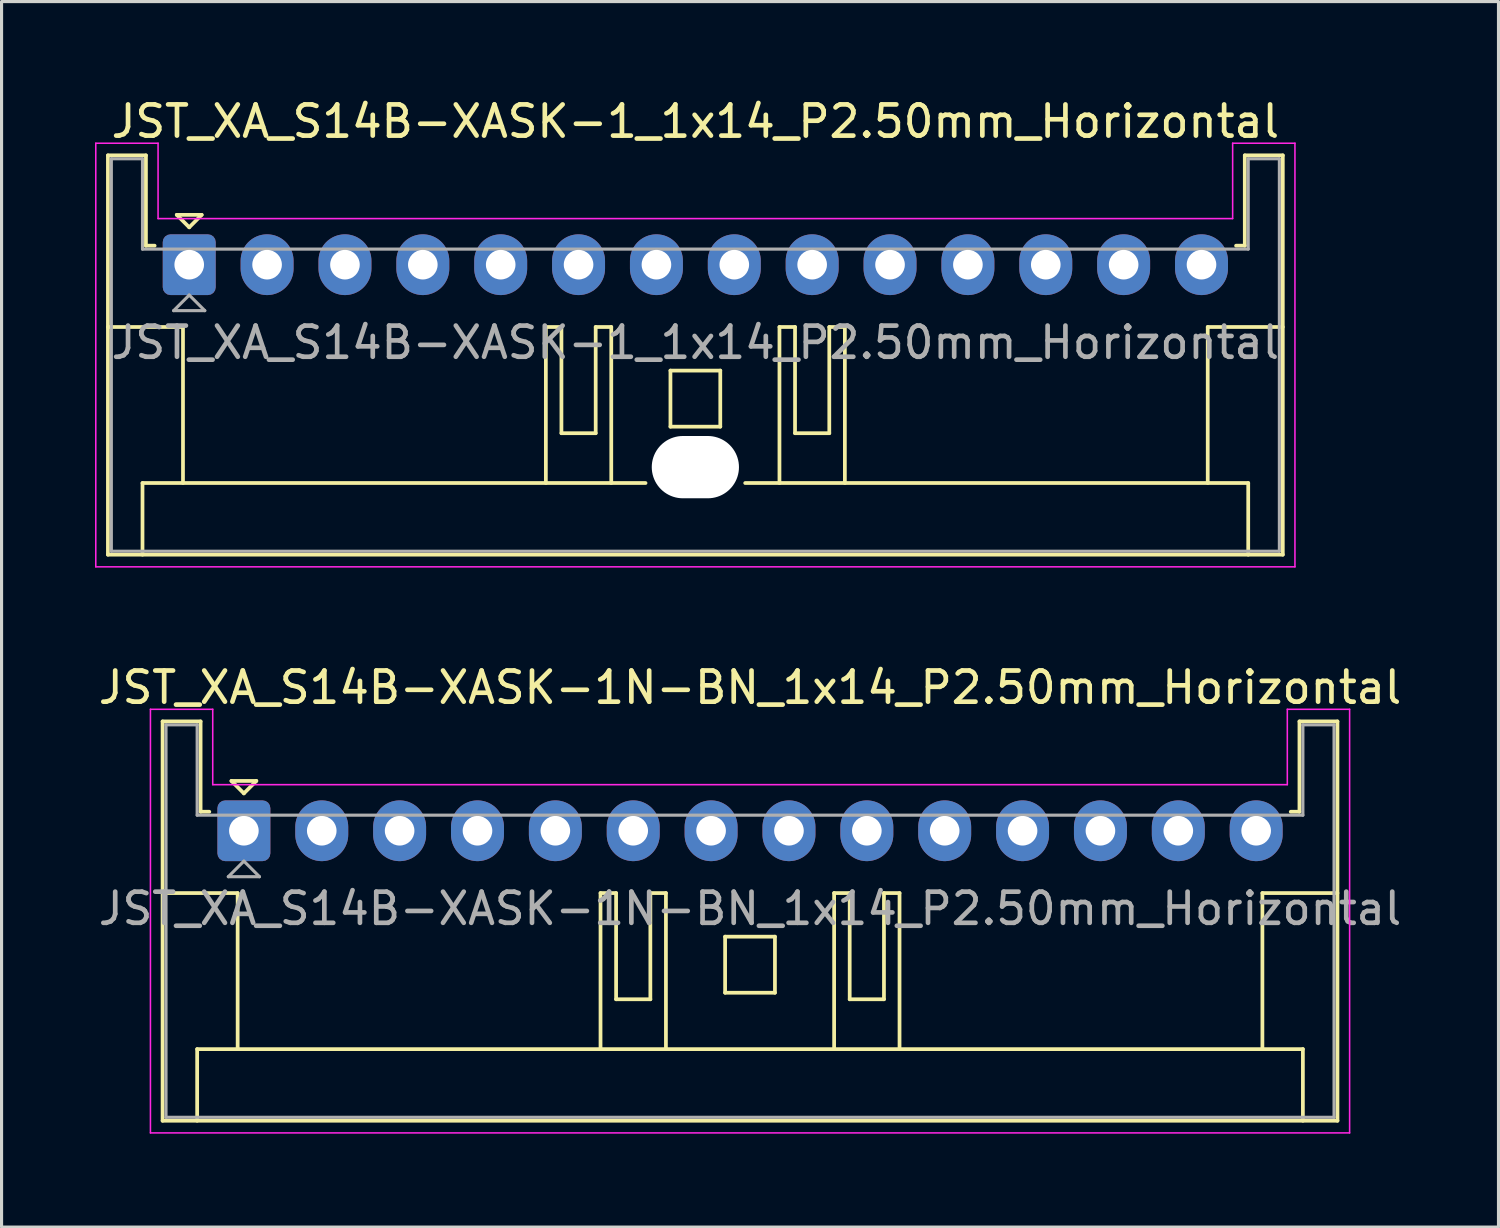
<source format=kicad_pcb>
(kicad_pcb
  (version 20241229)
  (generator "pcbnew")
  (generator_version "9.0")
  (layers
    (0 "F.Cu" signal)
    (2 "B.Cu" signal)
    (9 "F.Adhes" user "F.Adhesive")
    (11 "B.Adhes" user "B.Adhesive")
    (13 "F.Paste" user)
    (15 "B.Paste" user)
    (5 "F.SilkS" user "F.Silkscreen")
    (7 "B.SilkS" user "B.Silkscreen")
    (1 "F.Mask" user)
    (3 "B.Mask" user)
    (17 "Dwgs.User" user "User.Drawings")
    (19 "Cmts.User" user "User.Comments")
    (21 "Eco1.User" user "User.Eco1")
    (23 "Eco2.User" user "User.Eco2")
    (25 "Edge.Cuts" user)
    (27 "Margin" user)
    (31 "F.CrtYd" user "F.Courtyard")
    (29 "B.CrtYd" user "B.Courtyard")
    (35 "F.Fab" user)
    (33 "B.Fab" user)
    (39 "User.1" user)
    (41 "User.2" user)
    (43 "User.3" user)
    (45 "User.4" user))
  (footprint "JST_XA_S14B-XASK-1_1x14_P2.50mm_Horizontal"
    (layer "F.Cu")
    (at 3.025 5.448)
    (property "Reference" "JST_XA_S14B-XASK-1_1x14_P2.50mm_Horizontal" (at 16.25 -4.6 0) (layer "F.SilkS") (effects (font (size 1 1) (thickness 0.15))))
    (attr through_hole)
    (fp_line (start -2.61 -3.51) (end -2.61 9.31) (stroke (width 0.12) (type solid)) (layer "F.SilkS"))
    (fp_line (start -2.61 9.31) (end 35.11 9.31) (stroke (width 0.12) (type solid)) (layer "F.SilkS"))
    (fp_line (start -1.5 7.01) (end 14.65 7.01) (stroke (width 0.12) (type solid)) (layer "F.SilkS"))
    (fp_line (start -1.5 9.31) (end -1.5 7.01) (stroke (width 0.12) (type solid)) (layer "F.SilkS"))
    (fp_line (start -1.39 -3.51) (end -2.61 -3.51) (stroke (width 0.12) (type solid)) (layer "F.SilkS"))
    (fp_line (start -1.39 -0.61) (end -1.39 -3.51) (stroke (width 0.12) (type solid)) (layer "F.SilkS"))
    (fp_line (start -1.11 -0.61) (end -1.39 -0.61) (stroke (width 0.12) (type solid)) (layer "F.SilkS"))
    (fp_line (start -0.4 -1.6) (end 0.4 -1.6) (stroke (width 0.12) (type solid)) (layer "F.SilkS"))
    (fp_line (start -0.2 2) (end -2.61 2) (stroke (width 0.12) (type solid)) (layer "F.SilkS"))
    (fp_line (start -0.2 7.01) (end -0.2 2) (stroke (width 0.12) (type solid)) (layer "F.SilkS"))
    (fp_line (start 0 -1.2) (end -0.4 -1.6) (stroke (width 0.12) (type solid)) (layer "F.SilkS"))
    (fp_line (start 0.4 -1.6) (end 0 -1.2) (stroke (width 0.12) (type solid)) (layer "F.SilkS"))
    (fp_line (start 11.45 2) (end 11.45 7.01) (stroke (width 0.12) (type solid)) (layer "F.SilkS"))
    (fp_line (start 11.95 2) (end 11.45 2) (stroke (width 0.12) (type solid)) (layer "F.SilkS"))
    (fp_line (start 11.95 5.41) (end 11.95 2) (stroke (width 0.12) (type solid)) (layer "F.SilkS"))
    (fp_line (start 13.05 2) (end 13.05 5.41) (stroke (width 0.12) (type solid)) (layer "F.SilkS"))
    (fp_line (start 13.05 5.41) (end 11.95 5.41) (stroke (width 0.12) (type solid)) (layer "F.SilkS"))
    (fp_line (start 13.55 2) (end 13.05 2) (stroke (width 0.12) (type solid)) (layer "F.SilkS"))
    (fp_line (start 13.55 7.01) (end 13.55 2) (stroke (width 0.12) (type solid)) (layer "F.SilkS"))
    (fp_line (start 15.45 3.4) (end 17.05 3.4) (stroke (width 0.12) (type solid)) (layer "F.SilkS"))
    (fp_line (start 15.45 5.2) (end 15.45 3.4) (stroke (width 0.12) (type solid)) (layer "F.SilkS"))
    (fp_line (start 17.05 3.4) (end 17.05 5.2) (stroke (width 0.12) (type solid)) (layer "F.SilkS"))
    (fp_line (start 17.05 5.2) (end 15.45 5.2) (stroke (width 0.12) (type solid)) (layer "F.SilkS"))
    (fp_line (start 17.85 7.01) (end 34 7.01) (stroke (width 0.12) (type solid)) (layer "F.SilkS"))
    (fp_line (start 18.95 2) (end 19.45 2) (stroke (width 0.12) (type solid)) (layer "F.SilkS"))
    (fp_line (start 18.95 7.01) (end 18.95 2) (stroke (width 0.12) (type solid)) (layer "F.SilkS"))
    (fp_line (start 19.45 2) (end 19.45 5.41) (stroke (width 0.12) (type solid)) (layer "F.SilkS"))
    (fp_line (start 19.45 5.41) (end 20.55 5.41) (stroke (width 0.12) (type solid)) (layer "F.SilkS"))
    (fp_line (start 20.55 2) (end 21.05 2) (stroke (width 0.12) (type solid)) (layer "F.SilkS"))
    (fp_line (start 20.55 5.41) (end 20.55 2) (stroke (width 0.12) (type solid)) (layer "F.SilkS"))
    (fp_line (start 21.05 2) (end 21.05 7.01) (stroke (width 0.12) (type solid)) (layer "F.SilkS"))
    (fp_line (start 32.7 2) (end 35.11 2) (stroke (width 0.12) (type solid)) (layer "F.SilkS"))
    (fp_line (start 32.7 7.01) (end 32.7 2) (stroke (width 0.12) (type solid)) (layer "F.SilkS"))
    (fp_line (start 33.89 -3.51) (end 33.89 -0.61) (stroke (width 0.12) (type solid)) (layer "F.SilkS"))
    (fp_line (start 33.89 -0.61) (end 33.61 -0.61) (stroke (width 0.12) (type solid)) (layer "F.SilkS"))
    (fp_line (start 34 7.01) (end 34 9.31) (stroke (width 0.12) (type solid)) (layer "F.SilkS"))
    (fp_line (start 35.11 -3.51) (end 33.89 -3.51) (stroke (width 0.12) (type solid)) (layer "F.SilkS"))
    (fp_line (start 35.11 9.31) (end 35.11 -3.51) (stroke (width 0.12) (type solid)) (layer "F.SilkS"))
    (fp_line (start -3 -3.9) (end -3 9.7) (stroke (width 0.05) (type solid)) (layer "F.CrtYd"))
    (fp_line (start -3 9.7) (end 35.5 9.7) (stroke (width 0.05) (type solid)) (layer "F.CrtYd"))
    (fp_line (start -1 -3.9) (end -3 -3.9) (stroke (width 0.05) (type solid)) (layer "F.CrtYd"))
    (fp_line (start -1 -1.48) (end -1 -3.9) (stroke (width 0.05) (type solid)) (layer "F.CrtYd"))
    (fp_line (start 33.5 -3.9) (end 33.5 -1.48) (stroke (width 0.05) (type solid)) (layer "F.CrtYd"))
    (fp_line (start 33.5 -1.48) (end -1 -1.48) (stroke (width 0.05) (type solid)) (layer "F.CrtYd"))
    (fp_line (start 35.5 -3.9) (end 33.5 -3.9) (stroke (width 0.05) (type solid)) (layer "F.CrtYd"))
    (fp_line (start 35.5 9.7) (end 35.5 -3.9) (stroke (width 0.05) (type solid)) (layer "F.CrtYd"))
    (fp_line (start -2.5 -3.4) (end -2.5 9.2) (stroke (width 0.1) (type solid)) (layer "F.Fab"))
    (fp_line (start -2.5 9.2) (end 35 9.2) (stroke (width 0.1) (type solid)) (layer "F.Fab"))
    (fp_line (start -1.5 -3.4) (end -2.5 -3.4) (stroke (width 0.1) (type solid)) (layer "F.Fab"))
    (fp_line (start -1.5 -0.5) (end -1.5 -3.4) (stroke (width 0.1) (type solid)) (layer "F.Fab"))
    (fp_line (start -0.5 1.475) (end 0.5 1.475) (stroke (width 0.1) (type solid)) (layer "F.Fab"))
    (fp_line (start 0 0.975) (end -0.5 1.475) (stroke (width 0.1) (type solid)) (layer "F.Fab"))
    (fp_line (start 0.5 1.475) (end 0 0.975) (stroke (width 0.1) (type solid)) (layer "F.Fab"))
    (fp_line (start 34 -3.4) (end 34 -0.5) (stroke (width 0.1) (type solid)) (layer "F.Fab"))
    (fp_line (start 34 -0.5) (end -1.5 -0.5) (stroke (width 0.1) (type solid)) (layer "F.Fab"))
    (fp_line (start 35 -3.4) (end 34 -3.4) (stroke (width 0.1) (type solid)) (layer "F.Fab"))
    (fp_line (start 35 9.2) (end 35 -3.4) (stroke (width 0.1) (type solid)) (layer "F.Fab"))
    (fp_text user "${REFERENCE}" (at 16.25 2.5 0) (layer "F.Fab") (effects (font (size 1 1) (thickness 0.15))))
    (pad "" np_thru_hole oval (at 16.25 6.5) (size 2.8 2) (drill oval 2.8 2) (layers "*.Cu" "*.Mask"))
    (pad "1" thru_hole roundrect (at 0 0) (size 1.7 1.95) (drill 0.95) (layers "*.Cu" "*.Mask") (roundrect_rratio 0.147))
    (pad "2" thru_hole oval (at 2.5 0) (size 1.7 1.95) (drill 0.95) (layers "*.Cu" "*.Mask"))
    (pad "3" thru_hole oval (at 5 0) (size 1.7 1.95) (drill 0.95) (layers "*.Cu" "*.Mask"))
    (pad "4" thru_hole oval (at 7.5 0) (size 1.7 1.95) (drill 0.95) (layers "*.Cu" "*.Mask"))
    (pad "5" thru_hole oval (at 10 0) (size 1.7 1.95) (drill 0.95) (layers "*.Cu" "*.Mask"))
    (pad "6" thru_hole oval (at 12.5 0) (size 1.7 1.95) (drill 0.95) (layers "*.Cu" "*.Mask"))
    (pad "7" thru_hole oval (at 15 0) (size 1.7 1.95) (drill 0.95) (layers "*.Cu" "*.Mask"))
    (pad "8" thru_hole oval (at 17.5 0) (size 1.7 1.95) (drill 0.95) (layers "*.Cu" "*.Mask"))
    (pad "9" thru_hole oval (at 20 0) (size 1.7 1.95) (drill 0.95) (layers "*.Cu" "*.Mask"))
    (pad "10" thru_hole oval (at 22.5 0) (size 1.7 1.95) (drill 0.95) (layers "*.Cu" "*.Mask"))
    (pad "11" thru_hole oval (at 25 0) (size 1.7 1.95) (drill 0.95) (layers "*.Cu" "*.Mask"))
    (pad "12" thru_hole oval (at 27.5 0) (size 1.7 1.95) (drill 0.95) (layers "*.Cu" "*.Mask"))
    (pad "13" thru_hole oval (at 30 0) (size 1.7 1.95) (drill 0.95) (layers "*.Cu" "*.Mask"))
    (pad "14" thru_hole oval (at 32.5 0) (size 1.7 1.95) (drill 0.95) (layers "*.Cu" "*.Mask")))
  (footprint "JST_XA_S14B-XASK-1N-BN_1x14_P2.50mm_Horizontal"
    (layer "F.Cu")
    (at 4.78 23.622)
    (property "Reference" "JST_XA_S14B-XASK-1N-BN_1x14_P2.50mm_Horizontal" (at 16.25 -4.6 0) (layer "F.SilkS") (effects (font (size 1 1) (thickness 0.15))))
    (attr through_hole)
    (fp_line (start -2.61 -3.51) (end -2.61 9.31) (stroke (width 0.12) (type solid)) (layer "F.SilkS"))
    (fp_line (start -2.61 9.31) (end 35.11 9.31) (stroke (width 0.12) (type solid)) (layer "F.SilkS"))
    (fp_line (start -1.5 7.01) (end 34 7.01) (stroke (width 0.12) (type solid)) (layer "F.SilkS"))
    (fp_line (start -1.5 9.31) (end -1.5 7.01) (stroke (width 0.12) (type solid)) (layer "F.SilkS"))
    (fp_line (start -1.39 -3.51) (end -2.61 -3.51) (stroke (width 0.12) (type solid)) (layer "F.SilkS"))
    (fp_line (start -1.39 -0.61) (end -1.39 -3.51) (stroke (width 0.12) (type solid)) (layer "F.SilkS"))
    (fp_line (start -1.11 -0.61) (end -1.39 -0.61) (stroke (width 0.12) (type solid)) (layer "F.SilkS"))
    (fp_line (start -0.4 -1.6) (end 0.4 -1.6) (stroke (width 0.12) (type solid)) (layer "F.SilkS"))
    (fp_line (start -0.2 2) (end -2.61 2) (stroke (width 0.12) (type solid)) (layer "F.SilkS"))
    (fp_line (start -0.2 7.01) (end -0.2 2) (stroke (width 0.12) (type solid)) (layer "F.SilkS"))
    (fp_line (start 0 -1.2) (end -0.4 -1.6) (stroke (width 0.12) (type solid)) (layer "F.SilkS"))
    (fp_line (start 0.4 -1.6) (end 0 -1.2) (stroke (width 0.12) (type solid)) (layer "F.SilkS"))
    (fp_line (start 11.45 2) (end 11.45 7.01) (stroke (width 0.12) (type solid)) (layer "F.SilkS"))
    (fp_line (start 11.95 2) (end 11.45 2) (stroke (width 0.12) (type solid)) (layer "F.SilkS"))
    (fp_line (start 11.95 5.41) (end 11.95 2) (stroke (width 0.12) (type solid)) (layer "F.SilkS"))
    (fp_line (start 13.05 2) (end 13.05 5.41) (stroke (width 0.12) (type solid)) (layer "F.SilkS"))
    (fp_line (start 13.05 5.41) (end 11.95 5.41) (stroke (width 0.12) (type solid)) (layer "F.SilkS"))
    (fp_line (start 13.55 2) (end 13.05 2) (stroke (width 0.12) (type solid)) (layer "F.SilkS"))
    (fp_line (start 13.55 7.01) (end 13.55 2) (stroke (width 0.12) (type solid)) (layer "F.SilkS"))
    (fp_line (start 15.45 3.4) (end 17.05 3.4) (stroke (width 0.12) (type solid)) (layer "F.SilkS"))
    (fp_line (start 15.45 5.2) (end 15.45 3.4) (stroke (width 0.12) (type solid)) (layer "F.SilkS"))
    (fp_line (start 17.05 3.4) (end 17.05 5.2) (stroke (width 0.12) (type solid)) (layer "F.SilkS"))
    (fp_line (start 17.05 5.2) (end 15.45 5.2) (stroke (width 0.12) (type solid)) (layer "F.SilkS"))
    (fp_line (start 18.95 2) (end 19.45 2) (stroke (width 0.12) (type solid)) (layer "F.SilkS"))
    (fp_line (start 18.95 7.01) (end 18.95 2) (stroke (width 0.12) (type solid)) (layer "F.SilkS"))
    (fp_line (start 19.45 2) (end 19.45 5.41) (stroke (width 0.12) (type solid)) (layer "F.SilkS"))
    (fp_line (start 19.45 5.41) (end 20.55 5.41) (stroke (width 0.12) (type solid)) (layer "F.SilkS"))
    (fp_line (start 20.55 2) (end 21.05 2) (stroke (width 0.12) (type solid)) (layer "F.SilkS"))
    (fp_line (start 20.55 5.41) (end 20.55 2) (stroke (width 0.12) (type solid)) (layer "F.SilkS"))
    (fp_line (start 21.05 2) (end 21.05 7.01) (stroke (width 0.12) (type solid)) (layer "F.SilkS"))
    (fp_line (start 32.7 2) (end 35.11 2) (stroke (width 0.12) (type solid)) (layer "F.SilkS"))
    (fp_line (start 32.7 7.01) (end 32.7 2) (stroke (width 0.12) (type solid)) (layer "F.SilkS"))
    (fp_line (start 33.89 -3.51) (end 33.89 -0.61) (stroke (width 0.12) (type solid)) (layer "F.SilkS"))
    (fp_line (start 33.89 -0.61) (end 33.61 -0.61) (stroke (width 0.12) (type solid)) (layer "F.SilkS"))
    (fp_line (start 34 7.01) (end 34 9.31) (stroke (width 0.12) (type solid)) (layer "F.SilkS"))
    (fp_line (start 35.11 -3.51) (end 33.89 -3.51) (stroke (width 0.12) (type solid)) (layer "F.SilkS"))
    (fp_line (start 35.11 9.31) (end 35.11 -3.51) (stroke (width 0.12) (type solid)) (layer "F.SilkS"))
    (fp_line (start -3 -3.9) (end -3 9.7) (stroke (width 0.05) (type solid)) (layer "F.CrtYd"))
    (fp_line (start -3 9.7) (end 35.5 9.7) (stroke (width 0.05) (type solid)) (layer "F.CrtYd"))
    (fp_line (start -1 -3.9) (end -3 -3.9) (stroke (width 0.05) (type solid)) (layer "F.CrtYd"))
    (fp_line (start -1 -1.48) (end -1 -3.9) (stroke (width 0.05) (type solid)) (layer "F.CrtYd"))
    (fp_line (start 33.5 -3.9) (end 33.5 -1.48) (stroke (width 0.05) (type solid)) (layer "F.CrtYd"))
    (fp_line (start 33.5 -1.48) (end -1 -1.48) (stroke (width 0.05) (type solid)) (layer "F.CrtYd"))
    (fp_line (start 35.5 -3.9) (end 33.5 -3.9) (stroke (width 0.05) (type solid)) (layer "F.CrtYd"))
    (fp_line (start 35.5 9.7) (end 35.5 -3.9) (stroke (width 0.05) (type solid)) (layer "F.CrtYd"))
    (fp_line (start -2.5 -3.4) (end -2.5 9.2) (stroke (width 0.1) (type solid)) (layer "F.Fab"))
    (fp_line (start -2.5 9.2) (end 35 9.2) (stroke (width 0.1) (type solid)) (layer "F.Fab"))
    (fp_line (start -1.5 -3.4) (end -2.5 -3.4) (stroke (width 0.1) (type solid)) (layer "F.Fab"))
    (fp_line (start -1.5 -0.5) (end -1.5 -3.4) (stroke (width 0.1) (type solid)) (layer "F.Fab"))
    (fp_line (start -0.5 1.475) (end 0.5 1.475) (stroke (width 0.1) (type solid)) (layer "F.Fab"))
    (fp_line (start 0 0.975) (end -0.5 1.475) (stroke (width 0.1) (type solid)) (layer "F.Fab"))
    (fp_line (start 0.5 1.475) (end 0 0.975) (stroke (width 0.1) (type solid)) (layer "F.Fab"))
    (fp_line (start 34 -3.4) (end 34 -0.5) (stroke (width 0.1) (type solid)) (layer "F.Fab"))
    (fp_line (start 34 -0.5) (end -1.5 -0.5) (stroke (width 0.1) (type solid)) (layer "F.Fab"))
    (fp_line (start 35 -3.4) (end 34 -3.4) (stroke (width 0.1) (type solid)) (layer "F.Fab"))
    (fp_line (start 35 9.2) (end 35 -3.4) (stroke (width 0.1) (type solid)) (layer "F.Fab"))
    (fp_text user "${REFERENCE}" (at 16.25 2.5 0) (layer "F.Fab") (effects (font (size 1 1) (thickness 0.15))))
    (pad "1" thru_hole roundrect (at 0 0) (size 1.7 1.95) (drill 0.95) (layers "*.Cu" "*.Mask") (roundrect_rratio 0.147))
    (pad "2" thru_hole oval (at 2.5 0) (size 1.7 1.95) (drill 0.95) (layers "*.Cu" "*.Mask"))
    (pad "3" thru_hole oval (at 5 0) (size 1.7 1.95) (drill 0.95) (layers "*.Cu" "*.Mask"))
    (pad "4" thru_hole oval (at 7.5 0) (size 1.7 1.95) (drill 0.95) (layers "*.Cu" "*.Mask"))
    (pad "5" thru_hole oval (at 10 0) (size 1.7 1.95) (drill 0.95) (layers "*.Cu" "*.Mask"))
    (pad "6" thru_hole oval (at 12.5 0) (size 1.7 1.95) (drill 0.95) (layers "*.Cu" "*.Mask"))
    (pad "7" thru_hole oval (at 15 0) (size 1.7 1.95) (drill 0.95) (layers "*.Cu" "*.Mask"))
    (pad "8" thru_hole oval (at 17.5 0) (size 1.7 1.95) (drill 0.95) (layers "*.Cu" "*.Mask"))
    (pad "9" thru_hole oval (at 20 0) (size 1.7 1.95) (drill 0.95) (layers "*.Cu" "*.Mask"))
    (pad "10" thru_hole oval (at 22.5 0) (size 1.7 1.95) (drill 0.95) (layers "*.Cu" "*.Mask"))
    (pad "11" thru_hole oval (at 25 0) (size 1.7 1.95) (drill 0.95) (layers "*.Cu" "*.Mask"))
    (pad "12" thru_hole oval (at 27.5 0) (size 1.7 1.95) (drill 0.95) (layers "*.Cu" "*.Mask"))
    (pad "13" thru_hole oval (at 30 0) (size 1.7 1.95) (drill 0.95) (layers "*.Cu" "*.Mask"))
    (pad "14" thru_hole oval (at 32.5 0) (size 1.7 1.95) (drill 0.95) (layers "*.Cu" "*.Mask")))
  (gr_rect
    (start -3 -3)
    (end 45.06 36.346)
    (stroke (width 0.1) (type default))
    (fill no)
    (layer "Edge.Cuts")))
</source>
